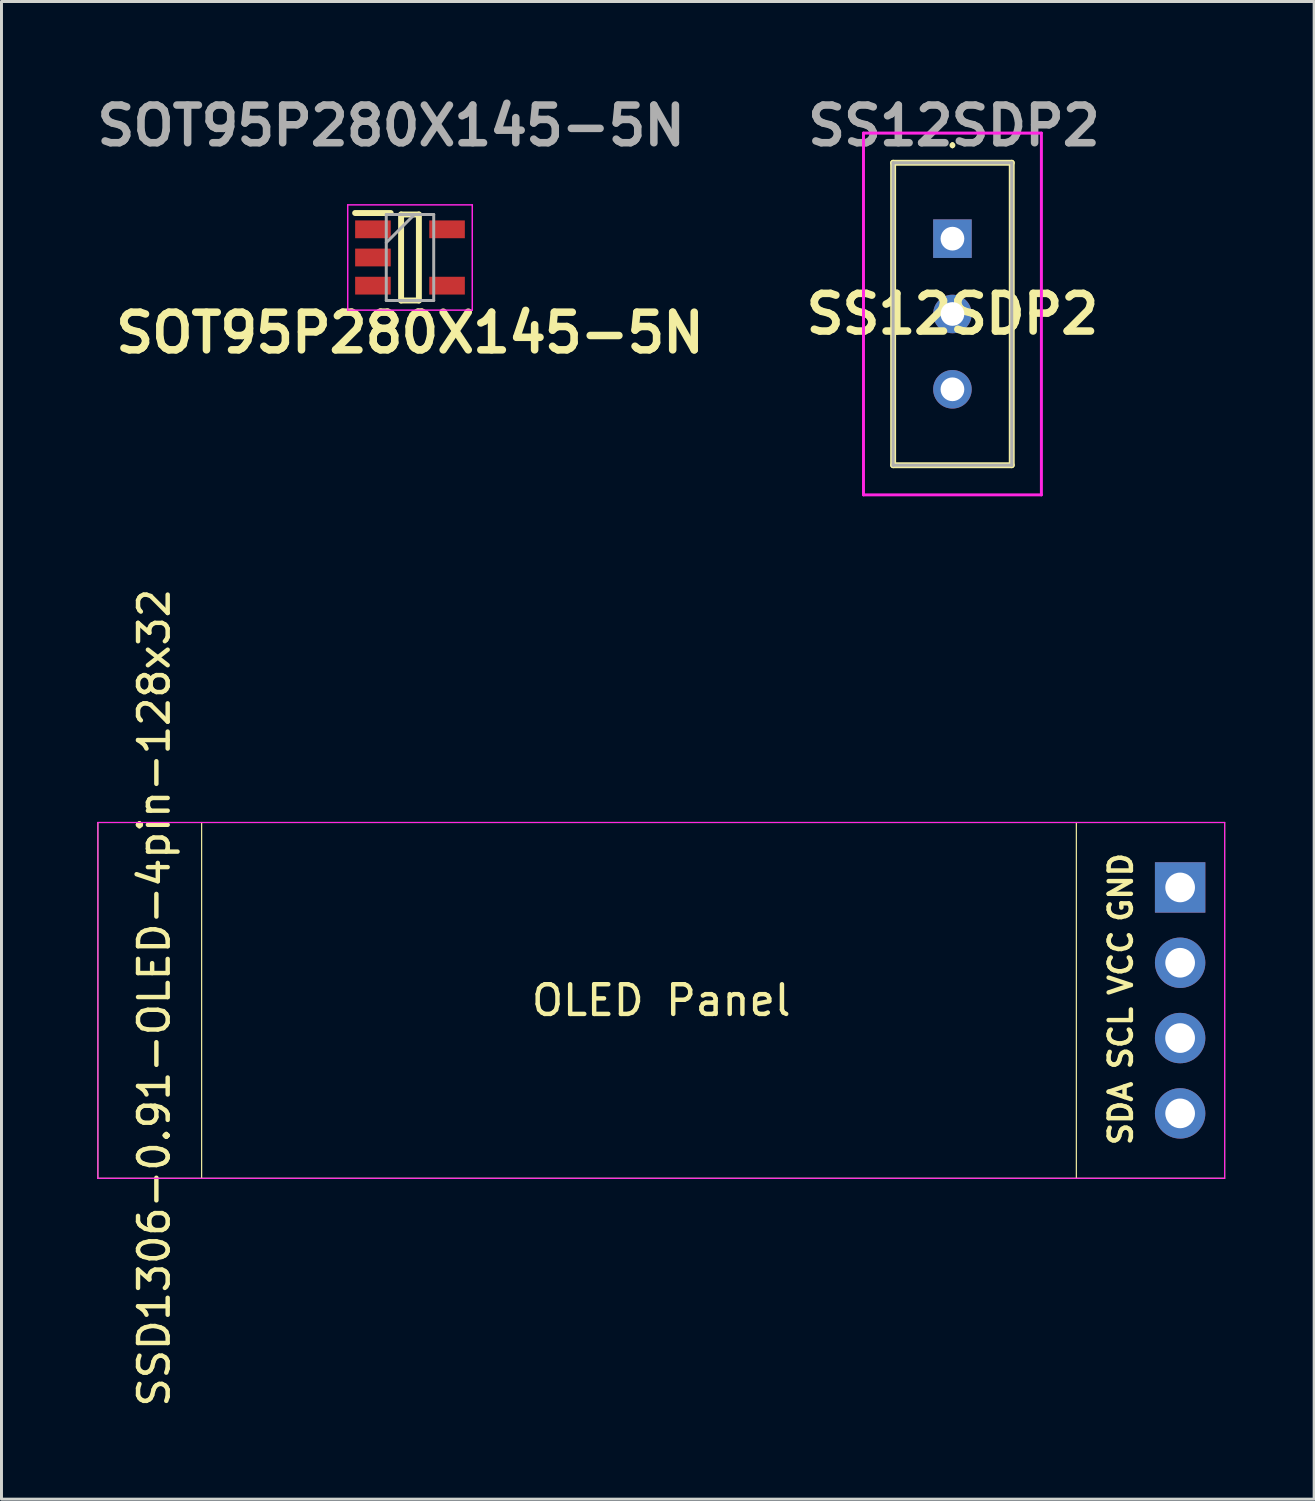
<source format=kicad_pcb>
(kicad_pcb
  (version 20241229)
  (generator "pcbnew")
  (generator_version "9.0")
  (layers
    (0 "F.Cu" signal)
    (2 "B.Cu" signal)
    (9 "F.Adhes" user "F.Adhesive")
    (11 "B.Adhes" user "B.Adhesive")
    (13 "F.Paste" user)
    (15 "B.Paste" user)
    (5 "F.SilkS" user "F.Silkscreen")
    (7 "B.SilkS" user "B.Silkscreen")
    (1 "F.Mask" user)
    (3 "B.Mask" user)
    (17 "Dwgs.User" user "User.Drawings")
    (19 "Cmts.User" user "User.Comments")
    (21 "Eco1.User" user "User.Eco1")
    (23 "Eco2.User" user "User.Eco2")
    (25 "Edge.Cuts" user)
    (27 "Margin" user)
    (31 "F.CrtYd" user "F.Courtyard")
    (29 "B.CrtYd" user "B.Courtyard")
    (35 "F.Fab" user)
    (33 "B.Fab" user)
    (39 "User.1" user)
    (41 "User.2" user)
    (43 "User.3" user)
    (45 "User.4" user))
  (footprint "SOT95P280X145-5N"
    (layer "F.Cu")
    (at 10.777 5.634)
    (property "Reference" "SOT95P280X145-5N" (at 0 2.54 0) (layer "F.SilkS") (effects (font (size 1.27 1.27) (thickness 0.254))))
    (attr smd)
    (fp_line (start -1.85 -1.5) (end -0.65 -1.5) (stroke (width 0.2) (type solid)) (layer "F.SilkS"))
    (fp_line (start -0.3 -1.45) (end 0.3 -1.45) (stroke (width 0.2) (type solid)) (layer "F.SilkS"))
    (fp_line (start -0.3 1.45) (end -0.3 -1.45) (stroke (width 0.2) (type solid)) (layer "F.SilkS"))
    (fp_line (start 0.3 -1.45) (end 0.3 1.45) (stroke (width 0.2) (type solid)) (layer "F.SilkS"))
    (fp_line (start 0.3 1.45) (end -0.3 1.45) (stroke (width 0.2) (type solid)) (layer "F.SilkS"))
    (fp_line (start -2.1 -1.775) (end 2.1 -1.775) (stroke (width 0.05) (type solid)) (layer "F.CrtYd"))
    (fp_line (start -2.1 1.775) (end -2.1 -1.775) (stroke (width 0.05) (type solid)) (layer "F.CrtYd"))
    (fp_line (start 2.1 -1.775) (end 2.1 1.775) (stroke (width 0.05) (type solid)) (layer "F.CrtYd"))
    (fp_line (start 2.1 1.775) (end -2.1 1.775) (stroke (width 0.05) (type solid)) (layer "F.CrtYd"))
    (fp_line (start -0.8 -1.45) (end 0.8 -1.45) (stroke (width 0.1) (type solid)) (layer "F.Fab"))
    (fp_line (start -0.8 -0.5) (end 0.15 -1.45) (stroke (width 0.1) (type solid)) (layer "F.Fab"))
    (fp_line (start -0.8 1.45) (end -0.8 -1.45) (stroke (width 0.1) (type solid)) (layer "F.Fab"))
    (fp_line (start 0.8 -1.45) (end 0.8 1.45) (stroke (width 0.1) (type solid)) (layer "F.Fab"))
    (fp_line (start 0.8 1.45) (end -0.8 1.45) (stroke (width 0.1) (type solid)) (layer "F.Fab"))
    (fp_text user "${REFERENCE}" (at -0.635 -4.445 0) (layer "F.Fab") (effects (font (size 1.27 1.27) (thickness 0.254))))
    (pad "1" smd rect (at -1.25 -0.95 90) (size 0.6 1.2) (layers "F.Cu" "F.Mask" "F.Paste"))
    (pad "2" smd rect (at -1.25 0 90) (size 0.6 1.2) (layers "F.Cu" "F.Mask" "F.Paste"))
    (pad "3" smd rect (at -1.25 0.95 90) (size 0.6 1.2) (layers "F.Cu" "F.Mask" "F.Paste"))
    (pad "4" smd rect (at 1.25 0.95 90) (size 0.6 1.2) (layers "F.Cu" "F.Mask" "F.Paste"))
    (pad "5" smd rect (at 1.25 -0.95 90) (size 0.6 1.2) (layers "F.Cu" "F.Mask" "F.Paste")))
  (footprint "SSD1306-0.91-OLED-4pin-128x32"
    (layer "F.Cu")
    (at 0.25 24.689)
    (property "Reference" "SSD1306-0.91-OLED-4pin-128x32" (at 1.9 5.91 90) (layer "F.SilkS") (effects (font (size 1 1) (thickness 0.15))))
    (attr through_hole)
    (fp_line (start 0 0) (end 0 12) (stroke (width 0.04) (type solid)) (layer "F.SilkS"))
    (fp_line (start 0 12) (end 38 12) (stroke (width 0.04) (type solid)) (layer "F.SilkS"))
    (fp_line (start 3.5 0) (end 3.5 12) (stroke (width 0.04) (type solid)) (layer "F.SilkS"))
    (fp_line (start 33 0) (end 33 12) (stroke (width 0.04) (type solid)) (layer "F.SilkS"))
    (fp_line (start 38 0) (end 0 0) (stroke (width 0.04) (type solid)) (layer "F.SilkS"))
    (fp_line (start 38 12) (end 38 0) (stroke (width 0.04) (type solid)) (layer "F.SilkS"))
    (fp_line (start 0 0) (end 0 12) (stroke (width 0.04) (type solid)) (layer "F.CrtYd"))
    (fp_line (start 0 12) (end 38 12) (stroke (width 0.04) (type solid)) (layer "F.CrtYd"))
    (fp_line (start 38 0) (end 0 0) (stroke (width 0.04) (type solid)) (layer "F.CrtYd"))
    (fp_line (start 38 12) (end 38 0) (stroke (width 0.04) (type solid)) (layer "F.CrtYd"))
    (fp_text user "SCL" (at 34.5 7.27 270) (layer "F.SilkS") (effects (font (size 0.75 0.75) (thickness 0.15))))
    (fp_text user "SDA" (at 34.5 9.81 270) (layer "F.SilkS") (effects (font (size 0.75 0.75) (thickness 0.15))))
    (fp_text user "GND" (at 34.5 2.19 270) (layer "F.SilkS") (effects (font (size 0.75 0.75) (thickness 0.15))))
    (fp_text user "VCC" (at 34.5 4.73 270) (layer "F.SilkS") (effects (font (size 0.75 0.75) (thickness 0.15))))
    (fp_text user "OLED Panel" (at 19 6 0) (layer "F.SilkS") (effects (font (size 1 1) (thickness 0.15))))
    (pad "1" thru_hole oval (at 36.5 9.81) (size 1.7 1.7) (drill 1) (layers "*.Cu" "*.Mask"))
    (pad "2" thru_hole oval (at 36.5 7.27) (size 1.7 1.7) (drill 1) (layers "*.Cu" "*.Mask"))
    (pad "3" thru_hole oval (at 36.5 4.73) (size 1.7 1.7) (drill 1) (layers "*.Cu" "*.Mask"))
    (pad "4" thru_hole rect (at 36.5 2.19) (size 1.7 1.7) (drill 1) (layers "*.Cu" "*.Mask")))
  (footprint "SS12SDP2"
    (layer "F.Cu")
    (at 29.071 4.999)
    (property "Reference" "SS12SDP2" (at 0 2.54 0) (layer "F.SilkS") (effects (font (size 1.27 1.27) (thickness 0.254))))
    (attr through_hole)
    (fp_line (start -2 -2.56) (end 2 -2.56) (stroke (width 0.2) (type solid)) (layer "F.SilkS"))
    (fp_line (start -2 7.64) (end -2 -2.56) (stroke (width 0.2) (type solid)) (layer "F.SilkS"))
    (fp_line (start 0 -3.2) (end 0 -3.2) (stroke (width 0.1) (type solid)) (layer "F.SilkS"))
    (fp_line (start 0 -3.1) (end 0 -3.1) (stroke (width 0.1) (type solid)) (layer "F.SilkS"))
    (fp_line (start 2 -2.56) (end 2 7.64) (stroke (width 0.2) (type solid)) (layer "F.SilkS"))
    (fp_line (start 2 7.64) (end -2 7.64) (stroke (width 0.2) (type solid)) (layer "F.SilkS"))
    (fp_arc (start 0 -3.2) (mid 0.05 -3.15) (end 0 -3.1) (stroke (width 0.1) (type solid)) (layer "F.SilkS"))
    (fp_arc (start 0 -3.1) (mid -0.05 -3.15) (end 0 -3.2) (stroke (width 0.1) (type solid)) (layer "F.SilkS"))
    (fp_line (start -3 -3.56) (end 3 -3.56) (stroke (width 0.1) (type solid)) (layer "F.CrtYd"))
    (fp_line (start -3 8.64) (end -3 -3.56) (stroke (width 0.1) (type solid)) (layer "F.CrtYd"))
    (fp_line (start 3 -3.56) (end 3 8.64) (stroke (width 0.1) (type solid)) (layer "F.CrtYd"))
    (fp_line (start 3 8.64) (end -3 8.64) (stroke (width 0.1) (type solid)) (layer "F.CrtYd"))
    (fp_line (start -2 -2.56) (end 2 -2.56) (stroke (width 0.1) (type solid)) (layer "F.Fab"))
    (fp_line (start -2 7.64) (end -2 -2.56) (stroke (width 0.1) (type solid)) (layer "F.Fab"))
    (fp_line (start 2 -2.56) (end 2 7.64) (stroke (width 0.1) (type solid)) (layer "F.Fab"))
    (fp_line (start 2 7.64) (end -2 7.64) (stroke (width 0.1) (type solid)) (layer "F.Fab"))
    (fp_text user "${REFERENCE}" (at 0.05 -3.81 0) (layer "F.Fab") (effects (font (size 1.27 1.27) (thickness 0.254))))
    (pad "1" thru_hole rect (at 0 0) (size 1.3 1.3) (drill 0.8) (layers "*.Cu" "*.Mask"))
    (pad "2" thru_hole circle (at 0 2.54) (size 1.3 1.3) (drill 0.8) (layers "*.Cu" "*.Mask"))
    (pad "3" thru_hole circle (at 0 5.08) (size 1.3 1.3) (drill 0.8) (layers "*.Cu" "*.Mask")))
  (gr_rect
    (start -3 -3)
    (end 41.27 47.51)
    (stroke (width 0.1) (type default))
    (fill no)
    (layer "Edge.Cuts")))
</source>
